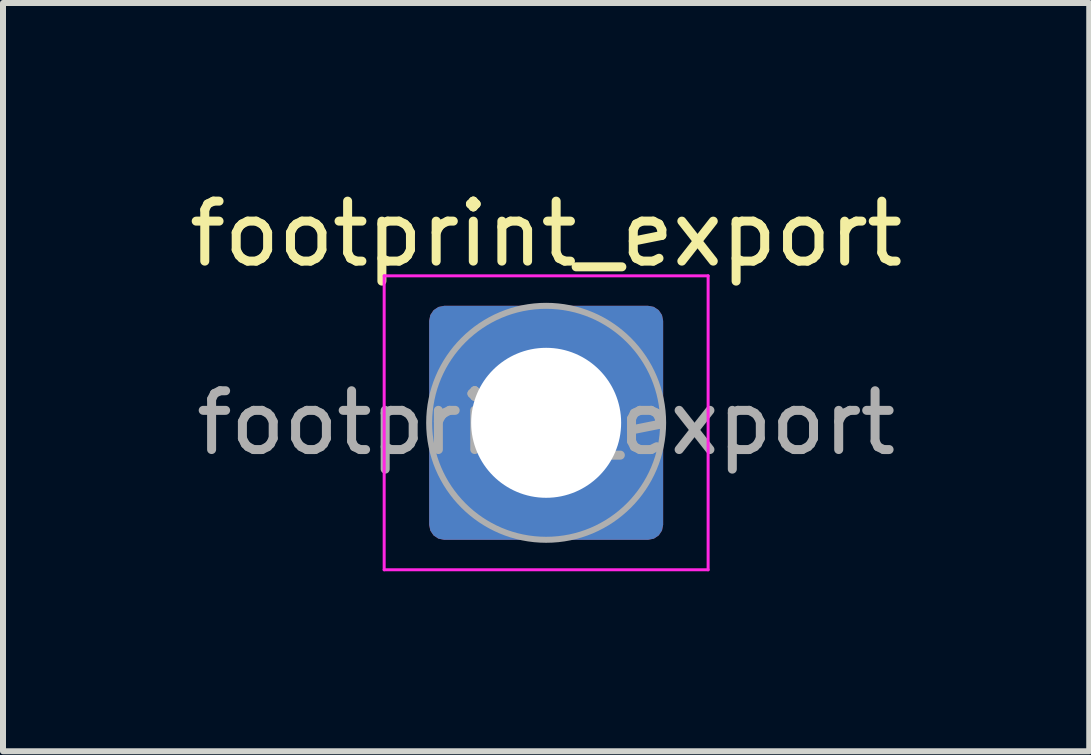
<source format=kicad_pcb>
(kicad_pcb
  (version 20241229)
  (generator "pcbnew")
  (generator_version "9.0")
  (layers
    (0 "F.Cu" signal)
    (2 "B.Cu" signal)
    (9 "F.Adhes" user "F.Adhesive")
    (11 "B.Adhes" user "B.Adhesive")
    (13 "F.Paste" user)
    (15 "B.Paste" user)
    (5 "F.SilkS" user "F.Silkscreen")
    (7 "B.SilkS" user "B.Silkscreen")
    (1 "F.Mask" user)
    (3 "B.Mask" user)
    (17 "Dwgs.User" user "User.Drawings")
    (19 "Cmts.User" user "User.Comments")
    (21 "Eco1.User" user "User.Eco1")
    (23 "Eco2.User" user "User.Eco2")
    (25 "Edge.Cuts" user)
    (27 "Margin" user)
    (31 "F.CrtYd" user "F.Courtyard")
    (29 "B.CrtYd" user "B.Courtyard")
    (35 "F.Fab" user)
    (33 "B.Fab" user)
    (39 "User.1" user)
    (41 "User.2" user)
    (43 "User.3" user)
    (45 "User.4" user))
  (footprint "footprint_export"
    (layer "F.Cu")
    (at 6.054 3.998)
    (property "Reference" "footprint_export" (at 0 -3.15 0) (layer "F.SilkS") (effects (font (size 1 1) (thickness 0.15))))
    (attr exclude_from_pos_files exclude_from_bom)
    (fp_line (start -2.7 -2.45) (end -2.7 2.45) (stroke (width 0.05) (type solid)) (layer "F.CrtYd"))
    (fp_line (start -2.7 2.45) (end 2.7 2.45) (stroke (width 0.05) (type solid)) (layer "F.CrtYd"))
    (fp_line (start 2.7 -2.45) (end -2.7 -2.45) (stroke (width 0.05) (type solid)) (layer "F.CrtYd"))
    (fp_line (start 2.7 2.45) (end 2.7 -2.45) (stroke (width 0.05) (type solid)) (layer "F.CrtYd"))
    (fp_circle (center 0 0) (end 1.95 0) (stroke (width 0.1) (type solid)) (fill no) (layer "F.Fab"))
    (fp_text user "${REFERENCE}" (at 0 0 0) (layer "F.Fab") (effects (font (size 0.98 0.98) (thickness 0.15))))
    (pad "1" thru_hole roundrect (at 0 0) (size 3.9 3.9) (drill 2.5) (layers "*.Cu" "*.Mask") (roundrect_rratio 0.064)))
  (gr_rect
    (start -3 -3)
    (end 15.107 9.473)
    (stroke (width 0.1) (type default))
    (fill no)
    (layer "Edge.Cuts")))
</source>
